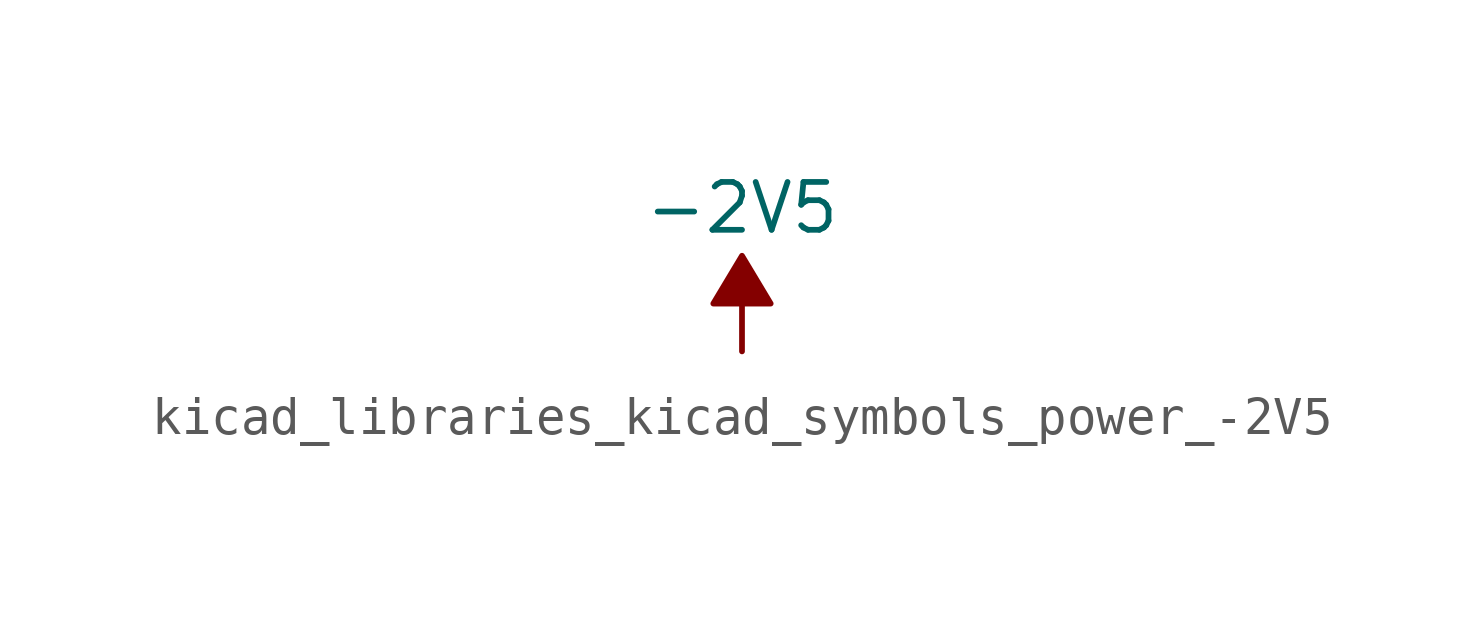
<source format=kicad_sym>
(kicad_symbol_lib
  (version 20220914)
  (generator kicad_symbol_editor)
  (symbol "kicad_libraries_kicad_symbols_power_-2V5"
    (power)
    (pin_names
      (offset 0))
    (property "Reference" "#PWR"
      (at 0 2.54 0)
      (effects (font (size 1.27 1.27)) hide))
    (property "Value" "-2V5"
      (at 0 3.81 0)
      (effects (font (size 1.27 1.27))))
    (symbol "kicad_libraries_kicad_symbols_power_-2V5_0_0"
      (pin power_in line (at 0 0 90) (length 0) hide (name "-2V5" (effects (font (size 1.27 1.27)))) (number "1" (effects (font (size 1.27 1.27))))))
    (symbol "kicad_libraries_kicad_symbols_power_-2V5_0_1"
      (polyline (pts (xy 0 0) (xy 0 1.27) (xy 0.762 1.27) (xy 0 2.54) (xy -0.762 1.27) (xy 0 1.27)) (stroke (width 0) (type default)) (fill (type outline))))))
</source>
